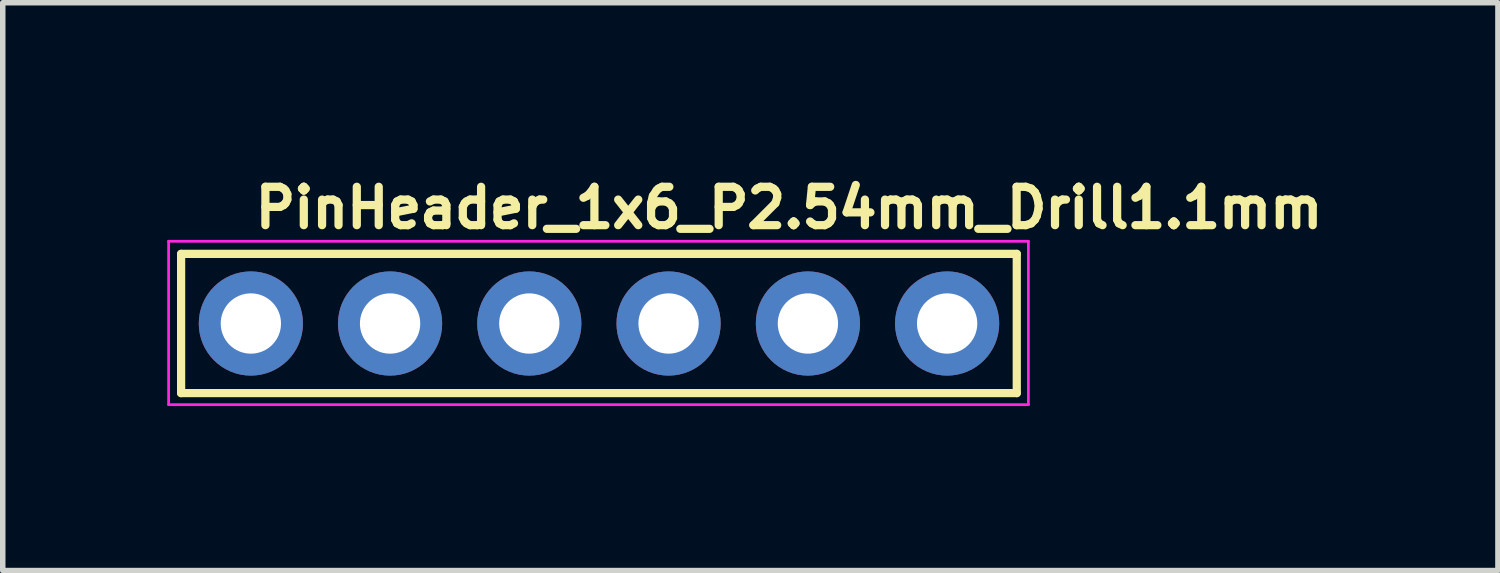
<source format=kicad_pcb>
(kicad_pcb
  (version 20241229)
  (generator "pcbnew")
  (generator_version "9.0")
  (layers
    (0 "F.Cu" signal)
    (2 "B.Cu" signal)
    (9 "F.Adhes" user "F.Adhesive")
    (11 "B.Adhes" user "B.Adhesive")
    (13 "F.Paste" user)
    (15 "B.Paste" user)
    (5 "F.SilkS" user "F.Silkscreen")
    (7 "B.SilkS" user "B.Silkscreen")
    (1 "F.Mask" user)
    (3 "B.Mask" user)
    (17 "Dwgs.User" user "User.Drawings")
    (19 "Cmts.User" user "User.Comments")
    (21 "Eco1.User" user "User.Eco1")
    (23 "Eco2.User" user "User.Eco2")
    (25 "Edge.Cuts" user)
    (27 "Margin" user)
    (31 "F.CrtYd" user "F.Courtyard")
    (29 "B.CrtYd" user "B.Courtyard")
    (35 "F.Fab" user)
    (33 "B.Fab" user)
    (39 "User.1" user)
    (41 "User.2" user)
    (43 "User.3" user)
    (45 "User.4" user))
  (footprint "PinHeader_1x6_P2.54mm_Drill1.1mm"
    (layer "F.Cu")
    (at 1.525 2.85)
    (property "Reference" "PinHeader_1x6_P2.54mm_Drill1.1mm" (at 0 -1.7 0) (layer "F.SilkS") (effects (font (size 0.7 0.7) (thickness 0.15)) (justify left bottom)))
    (attr through_hole)
    (fp_line (start -1.272 -1.27) (end -1.272 1.269) (stroke (width 0.15) (type solid)) (layer "F.SilkS"))
    (fp_line (start -1.272 1.269) (end 13.968 1.269) (stroke (width 0.15) (type solid)) (layer "F.SilkS"))
    (fp_line (start 13.968 -1.27) (end -1.272 -1.27) (stroke (width 0.15) (type solid)) (layer "F.SilkS"))
    (fp_line (start 13.968 1.269) (end 13.968 -1.27) (stroke (width 0.15) (type solid)) (layer "F.SilkS"))
    (fp_line (start -1.5 -1.5) (end 14.18 -1.5) (stroke (width 0.05) (type solid)) (layer "F.CrtYd"))
    (fp_line (start -1.5 1.48) (end -1.5 -1.5) (stroke (width 0.05) (type solid)) (layer "F.CrtYd"))
    (fp_line (start 14.18 -1.5) (end 14.18 1.48) (stroke (width 0.05) (type solid)) (layer "F.CrtYd"))
    (fp_line (start 14.18 1.48) (end -1.5 1.48) (stroke (width 0.05) (type solid)) (layer "F.CrtYd"))
    (fp_rect (start -1.272 -1.27) (end 13.968 1.269) (stroke (width 0.1) (type solid)) (fill no) (layer "User.5"))
    (fp_line (start -1.272 0.77) (end -1.272 -0.772) (stroke (width 0.02) (type solid)) (layer "User.9"))
    (fp_line (start -1.272 0.77) (end -1.022 1.269) (stroke (width 0.02) (type solid)) (layer "User.9"))
    (fp_line (start -1.022 -1.27) (end -1.272 -0.772) (stroke (width 0.02) (type solid)) (layer "User.9"))
    (fp_line (start -0.322 -0.32) (end -0.121 -0.12) (stroke (width 0.02) (type solid)) (layer "User.9"))
    (fp_line (start -0.322 -0.32) (end 0.318 -0.32) (stroke (width 0.02) (type solid)) (layer "User.9"))
    (fp_line (start -0.322 0.32) (end -0.322 -0.32) (stroke (width 0.02) (type solid)) (layer "User.9"))
    (fp_line (start -0.121 -0.12) (end -0.121 0.119) (stroke (width 0.02) (type solid)) (layer "User.9"))
    (fp_line (start -0.121 0.119) (end -0.322 0.32) (stroke (width 0.02) (type solid)) (layer "User.9"))
    (fp_line (start -0.121 0.119) (end 0.119 0.119) (stroke (width 0.02) (type solid)) (layer "User.9"))
    (fp_line (start 0.119 -0.12) (end -0.121 -0.12) (stroke (width 0.02) (type solid)) (layer "User.9"))
    (fp_line (start 0.119 -0.12) (end 0.318 -0.32) (stroke (width 0.02) (type solid)) (layer "User.9"))
    (fp_line (start 0.119 0.119) (end 0.119 -0.12) (stroke (width 0.02) (type solid)) (layer "User.9"))
    (fp_line (start 0.119 0.119) (end 0.318 0.32) (stroke (width 0.02) (type solid)) (layer "User.9"))
    (fp_line (start 0.318 -0.32) (end 0.318 0.32) (stroke (width 0.02) (type solid)) (layer "User.9"))
    (fp_line (start 0.318 0.32) (end -0.322 0.32) (stroke (width 0.02) (type solid)) (layer "User.9"))
    (fp_line (start 1.019 -1.27) (end -1.022 -1.27) (stroke (width 0.02) (type solid)) (layer "User.9"))
    (fp_line (start 1.019 1.269) (end -1.022 1.269) (stroke (width 0.02) (type solid)) (layer "User.9"))
    (fp_line (start 1.019 1.269) (end 1.269 0.77) (stroke (width 0.02) (type solid)) (layer "User.9"))
    (fp_line (start 1.269 -0.772) (end 1.019 -1.27) (stroke (width 0.02) (type solid)) (layer "User.9"))
    (fp_line (start 1.269 0.77) (end 1.519 1.269) (stroke (width 0.02) (type solid)) (layer "User.9"))
    (fp_line (start 1.519 -1.27) (end 1.269 -0.772) (stroke (width 0.02) (type solid)) (layer "User.9"))
    (fp_line (start 2.218 -0.32) (end 2.418 -0.12) (stroke (width 0.02) (type solid)) (layer "User.9"))
    (fp_line (start 2.218 -0.32) (end 2.858 -0.32) (stroke (width 0.02) (type solid)) (layer "User.9"))
    (fp_line (start 2.218 0.32) (end 2.218 -0.32) (stroke (width 0.02) (type solid)) (layer "User.9"))
    (fp_line (start 2.418 -0.12) (end 2.418 0.119) (stroke (width 0.02) (type solid)) (layer "User.9"))
    (fp_line (start 2.418 0.119) (end 2.218 0.32) (stroke (width 0.02) (type solid)) (layer "User.9"))
    (fp_line (start 2.418 0.119) (end 2.659 0.119) (stroke (width 0.02) (type solid)) (layer "User.9"))
    (fp_line (start 2.659 -0.12) (end 2.418 -0.12) (stroke (width 0.02) (type solid)) (layer "User.9"))
    (fp_line (start 2.659 -0.12) (end 2.858 -0.32) (stroke (width 0.02) (type solid)) (layer "User.9"))
    (fp_line (start 2.659 0.119) (end 2.659 -0.12) (stroke (width 0.02) (type solid)) (layer "User.9"))
    (fp_line (start 2.659 0.119) (end 2.858 0.32) (stroke (width 0.02) (type solid)) (layer "User.9"))
    (fp_line (start 2.858 -0.32) (end 2.858 0.32) (stroke (width 0.02) (type solid)) (layer "User.9"))
    (fp_line (start 2.858 0.32) (end 2.218 0.32) (stroke (width 0.02) (type solid)) (layer "User.9"))
    (fp_line (start 3.559 -1.27) (end 1.519 -1.27) (stroke (width 0.02) (type solid)) (layer "User.9"))
    (fp_line (start 3.559 1.269) (end 1.519 1.269) (stroke (width 0.02) (type solid)) (layer "User.9"))
    (fp_line (start 3.559 1.269) (end 3.809 0.77) (stroke (width 0.02) (type solid)) (layer "User.9"))
    (fp_line (start 3.809 -0.772) (end 3.559 -1.27) (stroke (width 0.02) (type solid)) (layer "User.9"))
    (fp_line (start 3.809 0.77) (end 4.059 1.269) (stroke (width 0.02) (type solid)) (layer "User.9"))
    (fp_line (start 4.059 -1.27) (end 3.809 -0.772) (stroke (width 0.02) (type solid)) (layer "User.9"))
    (fp_line (start 4.759 -0.32) (end 4.959 -0.12) (stroke (width 0.02) (type solid)) (layer "User.9"))
    (fp_line (start 4.759 -0.32) (end 5.398 -0.32) (stroke (width 0.02) (type solid)) (layer "User.9"))
    (fp_line (start 4.759 0.32) (end 4.759 -0.32) (stroke (width 0.02) (type solid)) (layer "User.9"))
    (fp_line (start 4.959 -0.12) (end 4.959 0.119) (stroke (width 0.02) (type solid)) (layer "User.9"))
    (fp_line (start 4.959 0.119) (end 4.759 0.32) (stroke (width 0.02) (type solid)) (layer "User.9"))
    (fp_line (start 4.959 0.119) (end 5.198 0.119) (stroke (width 0.02) (type solid)) (layer "User.9"))
    (fp_line (start 5.198 -0.12) (end 4.959 -0.12) (stroke (width 0.02) (type solid)) (layer "User.9"))
    (fp_line (start 5.198 -0.12) (end 5.398 -0.32) (stroke (width 0.02) (type solid)) (layer "User.9"))
    (fp_line (start 5.198 0.119) (end 5.198 -0.12) (stroke (width 0.02) (type solid)) (layer "User.9"))
    (fp_line (start 5.198 0.119) (end 5.398 0.32) (stroke (width 0.02) (type solid)) (layer "User.9"))
    (fp_line (start 5.398 -0.32) (end 5.398 0.32) (stroke (width 0.02) (type solid)) (layer "User.9"))
    (fp_line (start 5.398 0.32) (end 4.759 0.32) (stroke (width 0.02) (type solid)) (layer "User.9"))
    (fp_line (start 6.099 -1.27) (end 4.059 -1.27) (stroke (width 0.02) (type solid)) (layer "User.9"))
    (fp_line (start 6.099 1.269) (end 4.059 1.269) (stroke (width 0.02) (type solid)) (layer "User.9"))
    (fp_line (start 6.099 1.269) (end 6.349 0.77) (stroke (width 0.02) (type solid)) (layer "User.9"))
    (fp_line (start 6.349 -0.772) (end 6.099 -1.27) (stroke (width 0.02) (type solid)) (layer "User.9"))
    (fp_line (start 6.349 0.77) (end 6.599 1.269) (stroke (width 0.02) (type solid)) (layer "User.9"))
    (fp_line (start 6.599 -1.27) (end 6.349 -0.772) (stroke (width 0.02) (type solid)) (layer "User.9"))
    (fp_line (start 7.299 -0.32) (end 7.499 -0.12) (stroke (width 0.02) (type solid)) (layer "User.9"))
    (fp_line (start 7.299 -0.32) (end 7.938 -0.32) (stroke (width 0.02) (type solid)) (layer "User.9"))
    (fp_line (start 7.299 0.32) (end 7.299 -0.32) (stroke (width 0.02) (type solid)) (layer "User.9"))
    (fp_line (start 7.499 -0.12) (end 7.499 0.119) (stroke (width 0.02) (type solid)) (layer "User.9"))
    (fp_line (start 7.499 0.119) (end 7.299 0.32) (stroke (width 0.02) (type solid)) (layer "User.9"))
    (fp_line (start 7.499 0.119) (end 7.738 0.119) (stroke (width 0.02) (type solid)) (layer "User.9"))
    (fp_line (start 7.738 -0.12) (end 7.499 -0.12) (stroke (width 0.02) (type solid)) (layer "User.9"))
    (fp_line (start 7.738 -0.12) (end 7.938 -0.32) (stroke (width 0.02) (type solid)) (layer "User.9"))
    (fp_line (start 7.738 0.119) (end 7.738 -0.12) (stroke (width 0.02) (type solid)) (layer "User.9"))
    (fp_line (start 7.738 0.119) (end 7.938 0.32) (stroke (width 0.02) (type solid)) (layer "User.9"))
    (fp_line (start 7.938 -0.32) (end 7.938 0.32) (stroke (width 0.02) (type solid)) (layer "User.9"))
    (fp_line (start 7.938 0.32) (end 7.299 0.32) (stroke (width 0.02) (type solid)) (layer "User.9"))
    (fp_line (start 8.64 -1.27) (end 6.599 -1.27) (stroke (width 0.02) (type solid)) (layer "User.9"))
    (fp_line (start 8.64 1.269) (end 6.599 1.269) (stroke (width 0.02) (type solid)) (layer "User.9"))
    (fp_line (start 8.64 1.269) (end 8.89 0.77) (stroke (width 0.02) (type solid)) (layer "User.9"))
    (fp_line (start 8.89 -0.772) (end 8.64 -1.27) (stroke (width 0.02) (type solid)) (layer "User.9"))
    (fp_line (start 8.89 0.77) (end 9.14 1.269) (stroke (width 0.02) (type solid)) (layer "User.9"))
    (fp_line (start 9.14 -1.27) (end 8.89 -0.772) (stroke (width 0.02) (type solid)) (layer "User.9"))
    (fp_line (start 9.839 -0.32) (end 10.038 -0.12) (stroke (width 0.02) (type solid)) (layer "User.9"))
    (fp_line (start 9.839 -0.32) (end 10.48 -0.32) (stroke (width 0.02) (type solid)) (layer "User.9"))
    (fp_line (start 9.839 0.32) (end 9.839 -0.32) (stroke (width 0.02) (type solid)) (layer "User.9"))
    (fp_line (start 10.038 -0.12) (end 10.038 0.119) (stroke (width 0.02) (type solid)) (layer "User.9"))
    (fp_line (start 10.038 0.119) (end 9.839 0.32) (stroke (width 0.02) (type solid)) (layer "User.9"))
    (fp_line (start 10.038 0.119) (end 10.278 0.119) (stroke (width 0.02) (type solid)) (layer "User.9"))
    (fp_line (start 10.278 -0.12) (end 10.038 -0.12) (stroke (width 0.02) (type solid)) (layer "User.9"))
    (fp_line (start 10.278 -0.12) (end 10.48 -0.32) (stroke (width 0.02) (type solid)) (layer "User.9"))
    (fp_line (start 10.278 0.119) (end 10.278 -0.12) (stroke (width 0.02) (type solid)) (layer "User.9"))
    (fp_line (start 10.278 0.119) (end 10.48 0.32) (stroke (width 0.02) (type solid)) (layer "User.9"))
    (fp_line (start 10.48 -0.32) (end 10.48 0.32) (stroke (width 0.02) (type solid)) (layer "User.9"))
    (fp_line (start 10.48 0.32) (end 9.839 0.32) (stroke (width 0.02) (type solid)) (layer "User.9"))
    (fp_line (start 11.179 -1.27) (end 9.14 -1.27) (stroke (width 0.02) (type solid)) (layer "User.9"))
    (fp_line (start 11.179 1.269) (end 9.14 1.269) (stroke (width 0.02) (type solid)) (layer "User.9"))
    (fp_line (start 11.179 1.269) (end 11.429 0.77) (stroke (width 0.02) (type solid)) (layer "User.9"))
    (fp_line (start 11.429 -0.772) (end 11.179 -1.27) (stroke (width 0.02) (type solid)) (layer "User.9"))
    (fp_line (start 11.429 0.77) (end 11.679 1.269) (stroke (width 0.02) (type solid)) (layer "User.9"))
    (fp_line (start 11.679 -1.27) (end 11.429 -0.772) (stroke (width 0.02) (type solid)) (layer "User.9"))
    (fp_line (start 12.378 -0.32) (end 12.579 -0.12) (stroke (width 0.02) (type solid)) (layer "User.9"))
    (fp_line (start 12.378 -0.32) (end 13.018 -0.32) (stroke (width 0.02) (type solid)) (layer "User.9"))
    (fp_line (start 12.378 0.32) (end 12.378 -0.32) (stroke (width 0.02) (type solid)) (layer "User.9"))
    (fp_line (start 12.579 -0.12) (end 12.579 0.119) (stroke (width 0.02) (type solid)) (layer "User.9"))
    (fp_line (start 12.579 0.119) (end 12.378 0.32) (stroke (width 0.02) (type solid)) (layer "User.9"))
    (fp_line (start 12.579 0.119) (end 12.82 0.119) (stroke (width 0.02) (type solid)) (layer "User.9"))
    (fp_line (start 12.82 -0.12) (end 12.579 -0.12) (stroke (width 0.02) (type solid)) (layer "User.9"))
    (fp_line (start 12.82 -0.12) (end 13.018 -0.32) (stroke (width 0.02) (type solid)) (layer "User.9"))
    (fp_line (start 12.82 0.119) (end 12.82 -0.12) (stroke (width 0.02) (type solid)) (layer "User.9"))
    (fp_line (start 12.82 0.119) (end 13.018 0.32) (stroke (width 0.02) (type solid)) (layer "User.9"))
    (fp_line (start 13.018 -0.32) (end 13.018 0.32) (stroke (width 0.02) (type solid)) (layer "User.9"))
    (fp_line (start 13.018 0.32) (end 12.378 0.32) (stroke (width 0.02) (type solid)) (layer "User.9"))
    (fp_line (start 13.718 -1.27) (end 11.679 -1.27) (stroke (width 0.02) (type solid)) (layer "User.9"))
    (fp_line (start 13.718 1.269) (end 11.679 1.269) (stroke (width 0.02) (type solid)) (layer "User.9"))
    (fp_line (start 13.718 1.269) (end 13.968 0.77) (stroke (width 0.02) (type solid)) (layer "User.9"))
    (fp_line (start 13.968 -0.772) (end 13.718 -1.27) (stroke (width 0.02) (type solid)) (layer "User.9"))
    (fp_line (start 13.968 0.77) (end 13.968 -0.772) (stroke (width 0.02) (type solid)) (layer "User.9"))
    (pad "1" thru_hole circle (at 0 0) (size 1.9 1.9) (drill 1.1) (layers "*.Cu" "*.Mask"))
    (pad "2" thru_hole circle (at 2.539 0) (size 1.9 1.9) (drill 1.1) (layers "*.Cu" "*.Mask"))
    (pad "3" thru_hole circle (at 5.078 0) (size 1.9 1.9) (drill 1.1) (layers "*.Cu" "*.Mask"))
    (pad "4" thru_hole circle (at 7.618 0) (size 1.9 1.9) (drill 1.1) (layers "*.Cu" "*.Mask"))
    (pad "5" thru_hole circle (at 10.159 0) (size 1.9 1.9) (drill 1.1) (layers "*.Cu" "*.Mask"))
    (pad "6" thru_hole circle (at 12.698 0) (size 1.9 1.9) (drill 1.1) (layers "*.Cu" "*.Mask")))
  (gr_rect
    (start -3 -3)
    (end 24.268 7.355)
    (stroke (width 0.1) (type default))
    (fill no)
    (layer "Edge.Cuts")))
</source>
